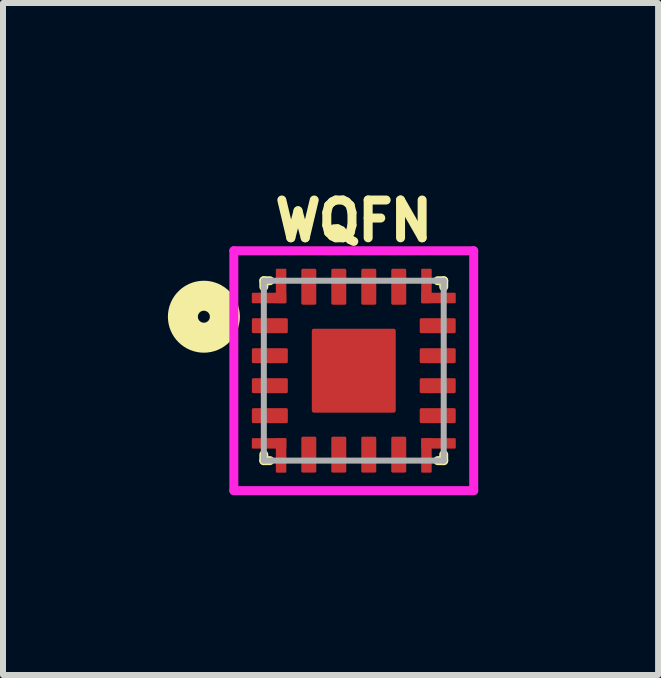
<source format=kicad_pcb>
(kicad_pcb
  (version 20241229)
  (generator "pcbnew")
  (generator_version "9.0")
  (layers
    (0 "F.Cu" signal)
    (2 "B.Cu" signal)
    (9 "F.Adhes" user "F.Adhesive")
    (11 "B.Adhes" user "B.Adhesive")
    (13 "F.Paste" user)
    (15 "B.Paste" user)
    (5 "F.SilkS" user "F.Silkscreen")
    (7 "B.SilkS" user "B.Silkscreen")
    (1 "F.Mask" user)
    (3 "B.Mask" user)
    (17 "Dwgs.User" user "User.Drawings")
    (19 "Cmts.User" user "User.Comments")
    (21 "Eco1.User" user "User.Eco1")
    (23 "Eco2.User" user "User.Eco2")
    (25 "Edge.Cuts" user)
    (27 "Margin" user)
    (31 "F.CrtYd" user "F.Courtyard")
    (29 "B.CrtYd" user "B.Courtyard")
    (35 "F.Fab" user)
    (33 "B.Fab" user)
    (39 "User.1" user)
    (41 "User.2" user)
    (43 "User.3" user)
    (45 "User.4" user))
  (footprint "WQFN"
    (layer "F.Cu")
    (at 2.85 3.132)
    (property "Reference" "WQFN" (at 0 -2.5 0) (layer "F.SilkS") (effects (font (size 0.63 0.63) (thickness 0.15))))
    (attr smd)
    (fp_line (start -1.5 -1.5) (end -1.5 -1.4) (stroke (width 0.15) (type solid)) (layer "F.SilkS"))
    (fp_line (start -1.5 1.4) (end -1.5 1.5) (stroke (width 0.15) (type solid)) (layer "F.SilkS"))
    (fp_line (start -1.5 1.5) (end -1.4 1.5) (stroke (width 0.15) (type solid)) (layer "F.SilkS"))
    (fp_line (start -1.4 -1.5) (end -1.5 -1.5) (stroke (width 0.15) (type solid)) (layer "F.SilkS"))
    (fp_line (start 1.4 1.5) (end 1.5 1.5) (stroke (width 0.15) (type solid)) (layer "F.SilkS"))
    (fp_line (start 1.5 -1.5) (end 1.4 -1.5) (stroke (width 0.15) (type solid)) (layer "F.SilkS"))
    (fp_line (start 1.5 -1.5) (end 1.5 -1.4) (stroke (width 0.15) (type solid)) (layer "F.SilkS"))
    (fp_line (start 1.5 1.5) (end 1.5 1.4) (stroke (width 0.15) (type solid)) (layer "F.SilkS"))
    (fp_circle (center -2.5 -0.9) (end -2.4 -0.9) (stroke (width 0.5) (type solid)) (fill no) (layer "F.SilkS"))
    (fp_line (start -2 -2) (end 2 -2) (stroke (width 0.15) (type solid)) (layer "F.CrtYd"))
    (fp_line (start -2 2) (end -2 -2) (stroke (width 0.15) (type solid)) (layer "F.CrtYd"))
    (fp_line (start 2 -2) (end 2 2) (stroke (width 0.15) (type solid)) (layer "F.CrtYd"))
    (fp_line (start 2 2) (end -2 2) (stroke (width 0.15) (type solid)) (layer "F.CrtYd"))
    (fp_line (start -1.5 -1.5) (end -1.5 1.5) (stroke (width 0.1) (type solid)) (layer "F.Fab"))
    (fp_line (start -1.5 1.5) (end 1.5 1.5) (stroke (width 0.1) (type solid)) (layer "F.Fab"))
    (fp_line (start 1.5 -1.5) (end -1.5 -1.5) (stroke (width 0.1) (type solid)) (layer "F.Fab"))
    (fp_line (start 1.5 1.5) (end 1.5 -1.5) (stroke (width 0.1) (type solid)) (layer "F.Fab"))
    (pad "1" smd roundrect (at -1.4 -0.75) (size 0.6 0.25) (layers "F.Cu" "F.Mask" "F.Paste") (roundrect_rratio 0.1))
    (pad "2" smd roundrect (at -1.4 -0.25) (size 0.6 0.25) (layers "F.Cu" "F.Mask" "F.Paste") (roundrect_rratio 0.1))
    (pad "3" smd roundrect (at -1.4 0.25) (size 0.6 0.25) (layers "F.Cu" "F.Mask" "F.Paste") (roundrect_rratio 0.1))
    (pad "4" smd roundrect (at -1.4 0.75) (size 0.6 0.25) (layers "F.Cu" "F.Mask" "F.Paste") (roundrect_rratio 0.1))
    (pad "5@1" smd roundrect (at -1.413 1.212) (size 0.575 0.175) (layers "F.Cu" "F.Mask" "F.Paste") (roundrect_rratio 0.1))
    (pad "5@2" smd roundrect (at -1.212 1.413) (size 0.175 0.575) (layers "F.Cu" "F.Mask" "F.Paste") (roundrect_rratio 0.1))
    (pad "6" smd roundrect (at -0.75 1.4) (size 0.25 0.6) (layers "F.Cu" "F.Mask" "F.Paste") (roundrect_rratio 0.1))
    (pad "7" smd roundrect (at -0.25 1.4) (size 0.25 0.6) (layers "F.Cu" "F.Mask" "F.Paste") (roundrect_rratio 0.1))
    (pad "8" smd roundrect (at 0.25 1.4) (size 0.25 0.6) (layers "F.Cu" "F.Mask" "F.Paste") (roundrect_rratio 0.1))
    (pad "9" smd roundrect (at 0.75 1.4) (size 0.25 0.6) (layers "F.Cu" "F.Mask" "F.Paste") (roundrect_rratio 0.1))
    (pad "10@1" smd roundrect (at 1.212 1.413) (size 0.175 0.575) (layers "F.Cu" "F.Mask" "F.Paste") (roundrect_rratio 0.1))
    (pad "10@2" smd roundrect (at 1.413 1.212) (size 0.575 0.175) (layers "F.Cu" "F.Mask" "F.Paste") (roundrect_rratio 0.1))
    (pad "11" smd roundrect (at 1.4 0.75) (size 0.6 0.25) (layers "F.Cu" "F.Mask" "F.Paste") (roundrect_rratio 0.1))
    (pad "12" smd roundrect (at 1.4 0.25) (size 0.6 0.25) (layers "F.Cu" "F.Mask" "F.Paste") (roundrect_rratio 0.1))
    (pad "13" smd roundrect (at 1.4 -0.25) (size 0.6 0.25) (layers "F.Cu" "F.Mask" "F.Paste") (roundrect_rratio 0.1))
    (pad "14" smd roundrect (at 1.4 -0.75) (size 0.6 0.25) (layers "F.Cu" "F.Mask" "F.Paste") (roundrect_rratio 0.1))
    (pad "15@1" smd roundrect (at 1.413 -1.212) (size 0.575 0.175) (layers "F.Cu" "F.Mask" "F.Paste") (roundrect_rratio 0.1))
    (pad "15@2" smd roundrect (at 1.212 -1.413) (size 0.175 0.575) (layers "F.Cu" "F.Mask" "F.Paste") (roundrect_rratio 0.1))
    (pad "16" smd roundrect (at 0.75 -1.4) (size 0.25 0.6) (layers "F.Cu" "F.Mask" "F.Paste") (roundrect_rratio 0.1))
    (pad "17" smd roundrect (at 0.25 -1.4) (size 0.25 0.6) (layers "F.Cu" "F.Mask" "F.Paste") (roundrect_rratio 0.1))
    (pad "18" smd roundrect (at -0.25 -1.4) (size 0.25 0.6) (layers "F.Cu" "F.Mask" "F.Paste") (roundrect_rratio 0.1))
    (pad "19" smd roundrect (at -0.75 -1.4) (size 0.25 0.6) (layers "F.Cu" "F.Mask" "F.Paste") (roundrect_rratio 0.1))
    (pad "20@1" smd roundrect (at -1.212 -1.413) (size 0.175 0.575) (layers "F.Cu" "F.Mask" "F.Paste") (roundrect_rratio 0.1))
    (pad "20@2" smd roundrect (at -1.413 -1.212) (size 0.575 0.175) (layers "F.Cu" "F.Mask" "F.Paste") (roundrect_rratio 0.1))
    (pad "PAD" smd roundrect (at 0 0) (size 1.4 1.4) (layers "F.Cu" "F.Mask" "F.Paste") (roundrect_rratio 0.025)))
  (gr_rect
    (start -3 -3)
    (end 7.925 8.207)
    (stroke (width 0.1) (type default))
    (fill no)
    (layer "Edge.Cuts")))
</source>
